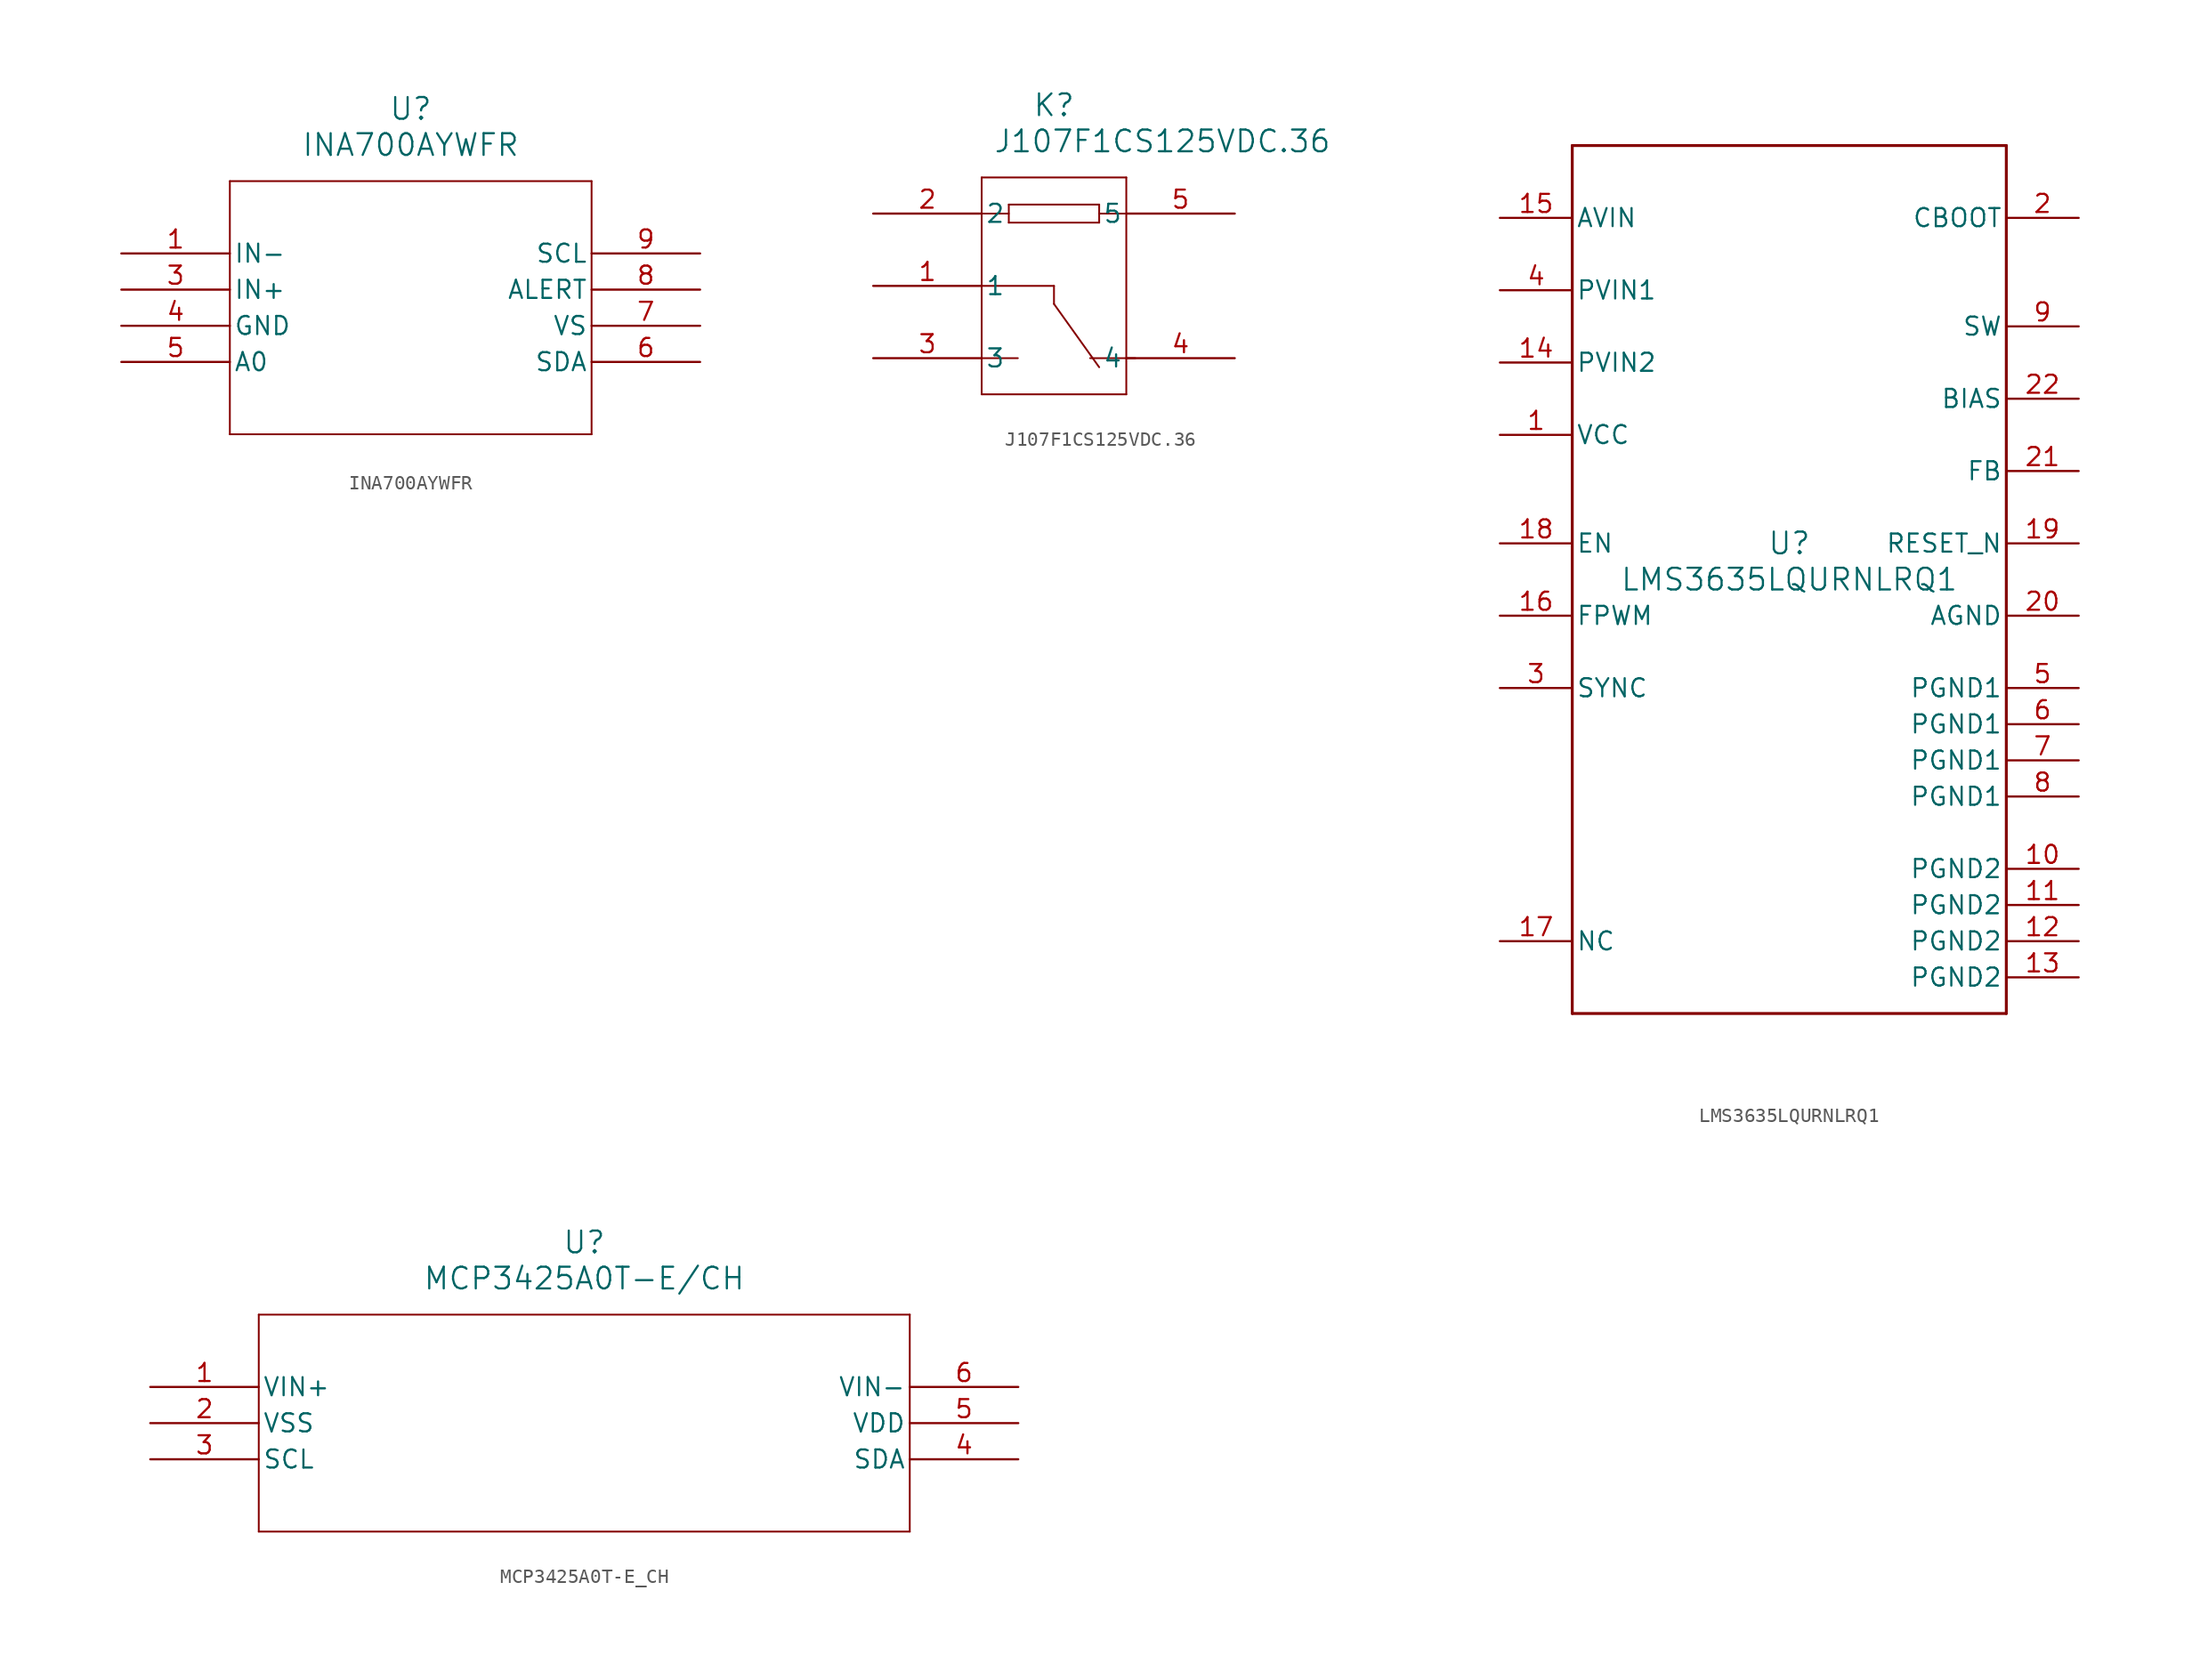
<source format=kicad_sym>
(kicad_symbol_lib
  (version 20231120)
  (generator "kicad_symbol_editor")
  (generator_version "8.0")
  (symbol "INA700AYWFR"
    (pin_names
      (offset 0.254))
    (property "Reference" "U"
      (at 20.32 10.16 0)
      (effects (font (size 1.524 1.524))))
    (property "Value" "INA700AYWFR"
      (at 20.32 7.62 0)
      (effects (font (size 1.524 1.524))))
    (symbol "INA700AYWFR_0_1"
      (polyline (pts (xy 7.62 -12.7) (xy 33.02 -12.7)) (stroke (width 0.127) (type default)) (fill (type none)))
      (polyline (pts (xy 7.62 5.08) (xy 7.62 -12.7)) (stroke (width 0.127) (type default)) (fill (type none)))
      (polyline (pts (xy 33.02 -12.7) (xy 33.02 5.08)) (stroke (width 0.127) (type default)) (fill (type none)))
      (polyline (pts (xy 33.02 5.08) (xy 7.62 5.08)) (stroke (width 0.127) (type default)) (fill (type none)))
      (pin input line (at 0 0 0) (length 7.62) (name "IN-" (effects (font (size 1.27 1.27)))) (number "1" (effects (font (size 1.27 1.27)))))
      (pin input line (at 0 -2.54 0) (length 7.62) (name "IN+" (effects (font (size 1.27 1.27)))) (number "3" (effects (font (size 1.27 1.27)))))
      (pin power_out line (at 0 -5.08 0) (length 7.62) (name "GND" (effects (font (size 1.27 1.27)))) (number "4" (effects (font (size 1.27 1.27)))))
      (pin input line (at 0 -7.62 0) (length 7.62) (name "A0" (effects (font (size 1.27 1.27)))) (number "5" (effects (font (size 1.27 1.27)))))
      (pin bidirectional line (at 40.64 -7.62 180) (length 7.62) (name "SDA" (effects (font (size 1.27 1.27)))) (number "6" (effects (font (size 1.27 1.27)))))
      (pin power_in line (at 40.64 -5.08 180) (length 7.62) (name "VS" (effects (font (size 1.27 1.27)))) (number "7" (effects (font (size 1.27 1.27)))))
      (pin output line (at 40.64 -2.54 180) (length 7.62) (name "ALERT" (effects (font (size 1.27 1.27)))) (number "8" (effects (font (size 1.27 1.27)))))
      (pin input line (at 40.64 0 180) (length 7.62) (name "SCL" (effects (font (size 1.27 1.27)))) (number "9" (effects (font (size 1.27 1.27)))))))
  (symbol "J107F1CS125VDC.36"
    (pin_names
      (offset 0.254))
    (property "Reference" "K"
      (at 12.7 7.62 0)
      (effects (font (size 1.524 1.524))))
    (property "Value" "J107F1CS125VDC.36"
      (at 20.32 5.08 0)
      (effects (font (size 1.524 1.524))))
    (property "ki_locked" ""
      (at 0 0 0)
      (effects (font (size 1.27 1.27))))
    (symbol "J107F1CS125VDC.36_0_1"
      (polyline (pts (xy 7.62 -12.7) (xy 17.78 -12.7)) (stroke (width 0.127) (type default)) (fill (type none)))
      (polyline (pts (xy 7.62 -10.16) (xy 10.16 -10.16)) (stroke (width 0.127) (type default)) (fill (type none)))
      (polyline (pts (xy 7.62 -5.08) (xy 12.7 -5.08)) (stroke (width 0.127) (type default)) (fill (type none)))
      (polyline (pts (xy 7.62 0) (xy 9.525 0)) (stroke (width 0.127) (type default)) (fill (type none)))
      (polyline (pts (xy 7.62 2.54) (xy 7.62 -12.7)) (stroke (width 0.127) (type default)) (fill (type none)))
      (polyline (pts (xy 9.525 -0.635) (xy 15.875 -0.635)) (stroke (width 0.127) (type default)) (fill (type none)))
      (polyline (pts (xy 9.525 0.635) (xy 9.525 -0.635)) (stroke (width 0.127) (type default)) (fill (type none)))
      (polyline (pts (xy 9.525 0.635) (xy 15.875 0.635)) (stroke (width 0.127) (type default)) (fill (type none)))
      (polyline (pts (xy 12.7 -6.35) (xy 15.875 -10.795)) (stroke (width 0.127) (type default)) (fill (type none)))
      (polyline (pts (xy 12.7 -5.08) (xy 12.7 -6.35)) (stroke (width 0.127) (type default)) (fill (type none)))
      (polyline (pts (xy 15.875 0.635) (xy 15.875 -0.635)) (stroke (width 0.127) (type default)) (fill (type none)))
      (polyline (pts (xy 17.78 -12.7) (xy 17.78 2.54)) (stroke (width 0.127) (type default)) (fill (type none)))
      (polyline (pts (xy 17.78 0) (xy 15.875 0)) (stroke (width 0.127) (type default)) (fill (type none)))
      (polyline (pts (xy 17.78 2.54) (xy 7.62 2.54)) (stroke (width 0.127) (type default)) (fill (type none)))
      (polyline (pts (xy 18.415 -10.16) (xy 15.24 -10.16)) (stroke (width 0.127) (type default)) (fill (type none)))
      (pin passive line (at 0 -5.08 0) (length 7.62) (name "1" (effects (font (size 1.27 1.27)))) (number "1" (effects (font (size 1.27 1.27)))))
      (pin passive line (at 0 0 0) (length 7.62) (name "2" (effects (font (size 1.27 1.27)))) (number "2" (effects (font (size 1.27 1.27)))))
      (pin passive line (at 0 -10.16 0) (length 7.62) (name "3" (effects (font (size 1.27 1.27)))) (number "3" (effects (font (size 1.27 1.27)))))
      (pin passive line (at 25.4 -10.16 180) (length 7.62) (name "4" (effects (font (size 1.27 1.27)))) (number "4" (effects (font (size 1.27 1.27))))))
    (symbol "J107F1CS125VDC.36_1_1"
      (pin passive line (at 25.4 0 180) (length 7.62) (name "5" (effects (font (size 1.27 1.27)))) (number "5" (effects (font (size 1.27 1.27)))))))
  (symbol "LMS3635LQURNLRQ1"
    (pin_names
      (offset 0.254))
    (property "Reference" "U"
      (at 0 2.54 0)
      (effects (font (size 1.524 1.524))))
    (property "Value" "LMS3635LQURNLRQ1"
      (at 0 0 0)
      (effects (font (size 1.524 1.524))))
    (property "ki_locked" ""
      (at 0 0 0)
      (effects (font (size 1.27 1.27))))
    (symbol "LMS3635LQURNLRQ1_0_1"
      (polyline (pts (xy -15.24 -30.48) (xy 15.24 -30.48)) (stroke (width 0.203) (type default)) (fill (type none)))
      (polyline (pts (xy -15.24 30.48) (xy -15.24 -30.48)) (stroke (width 0.203) (type default)) (fill (type none)))
      (polyline (pts (xy 15.24 -30.48) (xy 15.24 30.48)) (stroke (width 0.203) (type default)) (fill (type none)))
      (polyline (pts (xy 15.24 30.48) (xy -15.24 30.48)) (stroke (width 0.203) (type default)) (fill (type none)))
      (pin power_in line (at -20.32 10.16 0) (length 5.08) (name "VCC" (effects (font (size 1.27 1.27)))) (number "1" (effects (font (size 1.27 1.27)))))
      (pin power_in line (at 20.32 -20.32 180) (length 5.08) (name "PGND2" (effects (font (size 1.27 1.27)))) (number "10" (effects (font (size 1.27 1.27)))))
      (pin power_in line (at 20.32 -22.86 180) (length 5.08) (name "PGND2" (effects (font (size 1.27 1.27)))) (number "11" (effects (font (size 1.27 1.27)))))
      (pin power_in line (at 20.32 -25.4 180) (length 5.08) (name "PGND2" (effects (font (size 1.27 1.27)))) (number "12" (effects (font (size 1.27 1.27)))))
      (pin power_in line (at 20.32 -27.94 180) (length 5.08) (name "PGND2" (effects (font (size 1.27 1.27)))) (number "13" (effects (font (size 1.27 1.27)))))
      (pin power_in line (at -20.32 15.24 0) (length 5.08) (name "PVIN2" (effects (font (size 1.27 1.27)))) (number "14" (effects (font (size 1.27 1.27)))))
      (pin power_in line (at -20.32 25.4 0) (length 5.08) (name "AVIN" (effects (font (size 1.27 1.27)))) (number "15" (effects (font (size 1.27 1.27)))))
      (pin input line (at -20.32 -2.54 0) (length 5.08) (name "FPWM" (effects (font (size 1.27 1.27)))) (number "16" (effects (font (size 1.27 1.27)))))
      (pin unspecified line (at -20.32 -25.4 0) (length 5.08) (name "NC" (effects (font (size 1.27 1.27)))) (number "17" (effects (font (size 1.27 1.27)))))
      (pin input line (at -20.32 2.54 0) (length 5.08) (name "EN" (effects (font (size 1.27 1.27)))) (number "18" (effects (font (size 1.27 1.27)))))
      (pin open_collector line (at 20.32 2.54 180) (length 5.08) (name "RESET_N" (effects (font (size 1.27 1.27)))) (number "19" (effects (font (size 1.27 1.27)))))
      (pin power_in line (at 20.32 25.4 180) (length 5.08) (name "CBOOT" (effects (font (size 1.27 1.27)))) (number "2" (effects (font (size 1.27 1.27)))))
      (pin power_in line (at 20.32 -2.54 180) (length 5.08) (name "AGND" (effects (font (size 1.27 1.27)))) (number "20" (effects (font (size 1.27 1.27)))))
      (pin input line (at 20.32 7.62 180) (length 5.08) (name "FB" (effects (font (size 1.27 1.27)))) (number "21" (effects (font (size 1.27 1.27)))))
      (pin power_in line (at 20.32 12.7 180) (length 5.08) (name "BIAS" (effects (font (size 1.27 1.27)))) (number "22" (effects (font (size 1.27 1.27)))))
      (pin input line (at -20.32 -7.62 0) (length 5.08) (name "SYNC" (effects (font (size 1.27 1.27)))) (number "3" (effects (font (size 1.27 1.27)))))
      (pin power_in line (at -20.32 20.32 0) (length 5.08) (name "PVIN1" (effects (font (size 1.27 1.27)))) (number "4" (effects (font (size 1.27 1.27)))))
      (pin power_in line (at 20.32 -7.62 180) (length 5.08) (name "PGND1" (effects (font (size 1.27 1.27)))) (number "5" (effects (font (size 1.27 1.27)))))
      (pin power_in line (at 20.32 -10.16 180) (length 5.08) (name "PGND1" (effects (font (size 1.27 1.27)))) (number "6" (effects (font (size 1.27 1.27)))))
      (pin power_in line (at 20.32 -12.7 180) (length 5.08) (name "PGND1" (effects (font (size 1.27 1.27)))) (number "7" (effects (font (size 1.27 1.27)))))
      (pin power_in line (at 20.32 -15.24 180) (length 5.08) (name "PGND1" (effects (font (size 1.27 1.27)))) (number "8" (effects (font (size 1.27 1.27)))))
      (pin power_in line (at 20.32 17.78 180) (length 5.08) (name "SW" (effects (font (size 1.27 1.27)))) (number "9" (effects (font (size 1.27 1.27)))))))
  (symbol "MCP3425A0T-E_CH"
    (pin_names
      (offset 0.254))
    (property "Reference" "U"
      (at 30.48 10.16 0)
      (effects (font (size 1.524 1.524))))
    (property "Value" "MCP3425A0T-E/CH"
      (at 30.48 7.62 0)
      (effects (font (size 1.524 1.524))))
    (symbol "MCP3425A0T-E_CH_0_1"
      (polyline (pts (xy 7.62 -10.16) (xy 53.34 -10.16)) (stroke (width 0.127) (type default)) (fill (type none)))
      (polyline (pts (xy 7.62 5.08) (xy 7.62 -10.16)) (stroke (width 0.127) (type default)) (fill (type none)))
      (polyline (pts (xy 53.34 -10.16) (xy 53.34 5.08)) (stroke (width 0.127) (type default)) (fill (type none)))
      (polyline (pts (xy 53.34 5.08) (xy 7.62 5.08)) (stroke (width 0.127) (type default)) (fill (type none)))
      (pin unspecified line (at 0 0 0) (length 7.62) (name "VIN+" (effects (font (size 1.27 1.27)))) (number "1" (effects (font (size 1.27 1.27)))))
      (pin unspecified line (at 0 -2.54 0) (length 7.62) (name "VSS" (effects (font (size 1.27 1.27)))) (number "2" (effects (font (size 1.27 1.27)))))
      (pin unspecified line (at 0 -5.08 0) (length 7.62) (name "SCL" (effects (font (size 1.27 1.27)))) (number "3" (effects (font (size 1.27 1.27)))))
      (pin unspecified line (at 60.96 -5.08 180) (length 7.62) (name "SDA" (effects (font (size 1.27 1.27)))) (number "4" (effects (font (size 1.27 1.27)))))
      (pin unspecified line (at 60.96 -2.54 180) (length 7.62) (name "VDD" (effects (font (size 1.27 1.27)))) (number "5" (effects (font (size 1.27 1.27)))))
      (pin unspecified line (at 60.96 0 180) (length 7.62) (name "VIN-" (effects (font (size 1.27 1.27)))) (number "6" (effects (font (size 1.27 1.27))))))))
</source>
